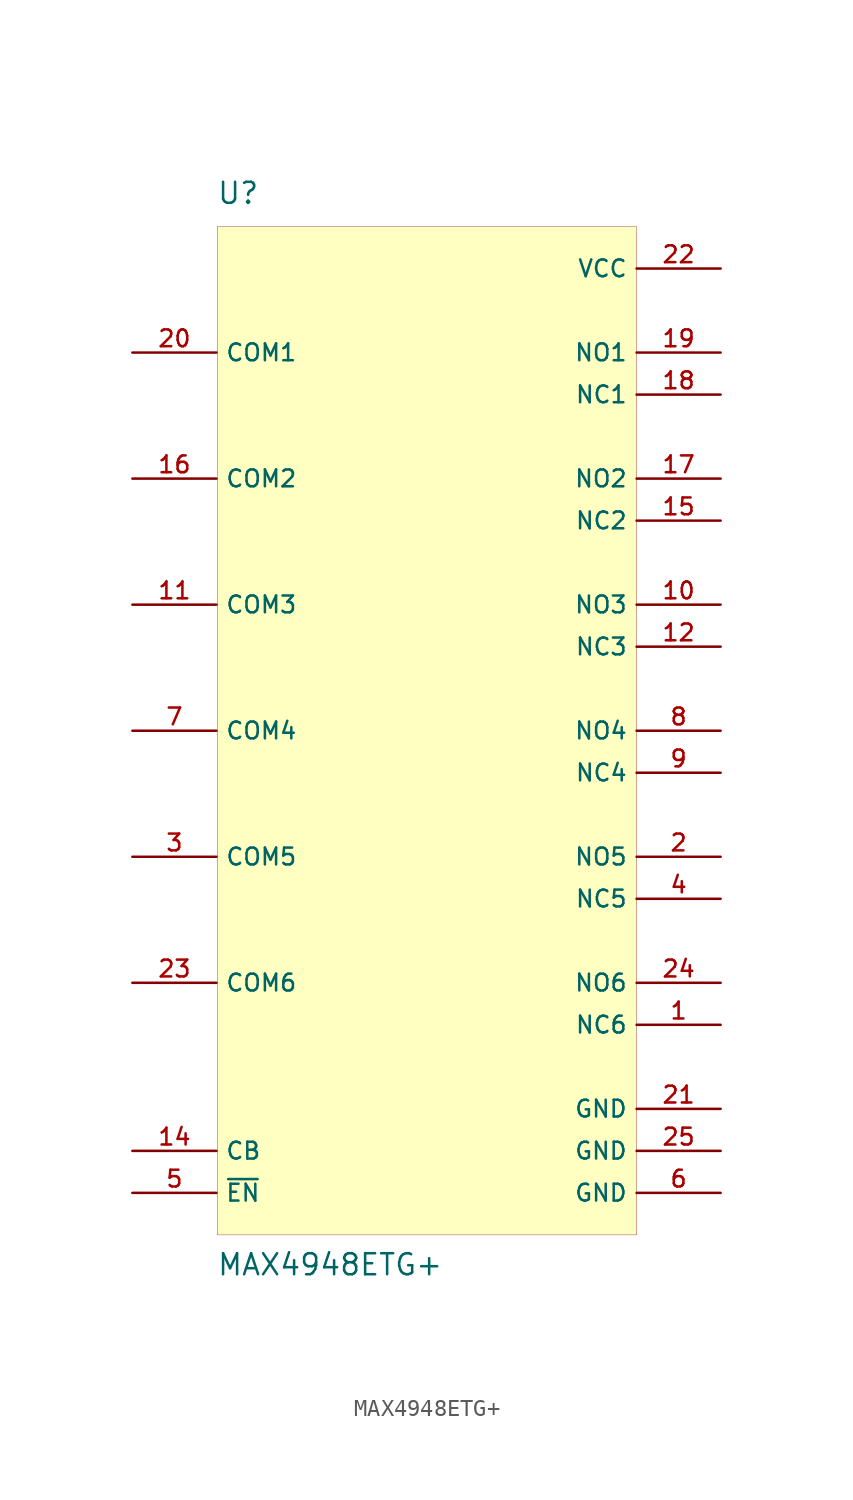
<source format=kicad_sym>
(kicad_symbol_lib
  (version 20200126)
  (host kicad_symbol_editor "(5.99.0-1973-g8c57821e9)")
  (symbol "MAX4948ETG:MAX4948ETG+"
    (property "Reference" "U"
      (at -12.7 31.75 0)
      (effects (font (size 1.27 1.27)) (justify left bottom)))
    (property "Value" "MAX4948ETG+"
      (at -12.7 -33.02 0)
      (effects (font (size 1.27 1.27)) (justify left bottom)))
    (symbol "MAX4948ETG+_0_0"
      (rectangle (start -12.649 30.48) (end 12.7 -30.48) (stroke (width 0.001)) (fill (type background)))
      (pin bidirectional line (at -17.78 22.86 0) (length 5.08) (name "COM1" (effects (font (size 1.016 1.016)))) (number "20" (effects (font (size 1.016 1.016)))))
      (pin bidirectional line (at 17.78 22.86 180) (length 5.08) (name "NO1" (effects (font (size 1.016 1.016)))) (number "19" (effects (font (size 1.016 1.016)))))
      (pin bidirectional line (at 17.78 20.32 180) (length 5.08) (name "NC1" (effects (font (size 1.016 1.016)))) (number "18" (effects (font (size 1.016 1.016)))))
      (pin bidirectional line (at -17.78 15.24 0) (length 5.08) (name "COM2" (effects (font (size 1.016 1.016)))) (number "16" (effects (font (size 1.016 1.016)))))
      (pin bidirectional line (at 17.78 15.24 180) (length 5.08) (name "NO2" (effects (font (size 1.016 1.016)))) (number "17" (effects (font (size 1.016 1.016)))))
      (pin bidirectional line (at 17.78 12.7 180) (length 5.08) (name "NC2" (effects (font (size 1.016 1.016)))) (number "15" (effects (font (size 1.016 1.016)))))
      (pin bidirectional line (at -17.78 7.62 0) (length 5.08) (name "COM3" (effects (font (size 1.016 1.016)))) (number "11" (effects (font (size 1.016 1.016)))))
      (pin bidirectional line (at 17.78 7.62 180) (length 5.08) (name "NO3" (effects (font (size 1.016 1.016)))) (number "10" (effects (font (size 1.016 1.016)))))
      (pin bidirectional line (at 17.78 5.08 180) (length 5.08) (name "NC3" (effects (font (size 1.016 1.016)))) (number "12" (effects (font (size 1.016 1.016)))))
      (pin bidirectional line (at -17.78 0 0) (length 5.08) (name "COM4" (effects (font (size 1.016 1.016)))) (number "7" (effects (font (size 1.016 1.016)))))
      (pin bidirectional line (at 17.78 0 180) (length 5.08) (name "NO4" (effects (font (size 1.016 1.016)))) (number "8" (effects (font (size 1.016 1.016)))))
      (pin bidirectional line (at 17.78 -2.54 180) (length 5.08) (name "NC4" (effects (font (size 1.016 1.016)))) (number "9" (effects (font (size 1.016 1.016)))))
      (pin bidirectional line (at -17.78 -7.62 0) (length 5.08) (name "COM5" (effects (font (size 1.016 1.016)))) (number "3" (effects (font (size 1.016 1.016)))))
      (pin bidirectional line (at 17.78 -7.62 180) (length 5.08) (name "NO5" (effects (font (size 1.016 1.016)))) (number "2" (effects (font (size 1.016 1.016)))))
      (pin bidirectional line (at 17.78 -10.16 180) (length 5.08) (name "NC5" (effects (font (size 1.016 1.016)))) (number "4" (effects (font (size 1.016 1.016)))))
      (pin bidirectional line (at -17.78 -15.24 0) (length 5.08) (name "COM6" (effects (font (size 1.016 1.016)))) (number "23" (effects (font (size 1.016 1.016)))))
      (pin bidirectional line (at 17.78 -15.24 180) (length 5.08) (name "NO6" (effects (font (size 1.016 1.016)))) (number "24" (effects (font (size 1.016 1.016)))))
      (pin bidirectional line (at 17.78 -17.78 180) (length 5.08) (name "NC6" (effects (font (size 1.016 1.016)))) (number "1" (effects (font (size 1.016 1.016)))))
      (pin input line (at -17.78 -27.94 0) (length 5.08) (name "~EN~" (effects (font (size 1.016 1.016)))) (number "5" (effects (font (size 1.016 1.016)))))
      (pin input line (at -17.78 -25.4 0) (length 5.08) (name "CB" (effects (font (size 1.016 1.016)))) (number "14" (effects (font (size 1.016 1.016)))))
      (pin power_in line (at 17.78 27.94 180) (length 5.08) (name "VCC" (effects (font (size 1.016 1.016)))) (number "22" (effects (font (size 1.016 1.016)))))
      (pin power_in line (at 17.78 -27.94 180) (length 5.08) (name "GND" (effects (font (size 1.016 1.016)))) (number "6" (effects (font (size 1.016 1.016)))))
      (pin power_in line (at 17.78 -22.86 180) (length 5.08) (name "GND" (effects (font (size 1.016 1.016)))) (number "21" (effects (font (size 1.016 1.016)))))
      (pin power_in line (at 17.78 -25.4 180) (length 5.08) (name "GND" (effects (font (size 1.016 1.016)))) (number "25" (effects (font (size 1.016 1.016))))))))
</source>
